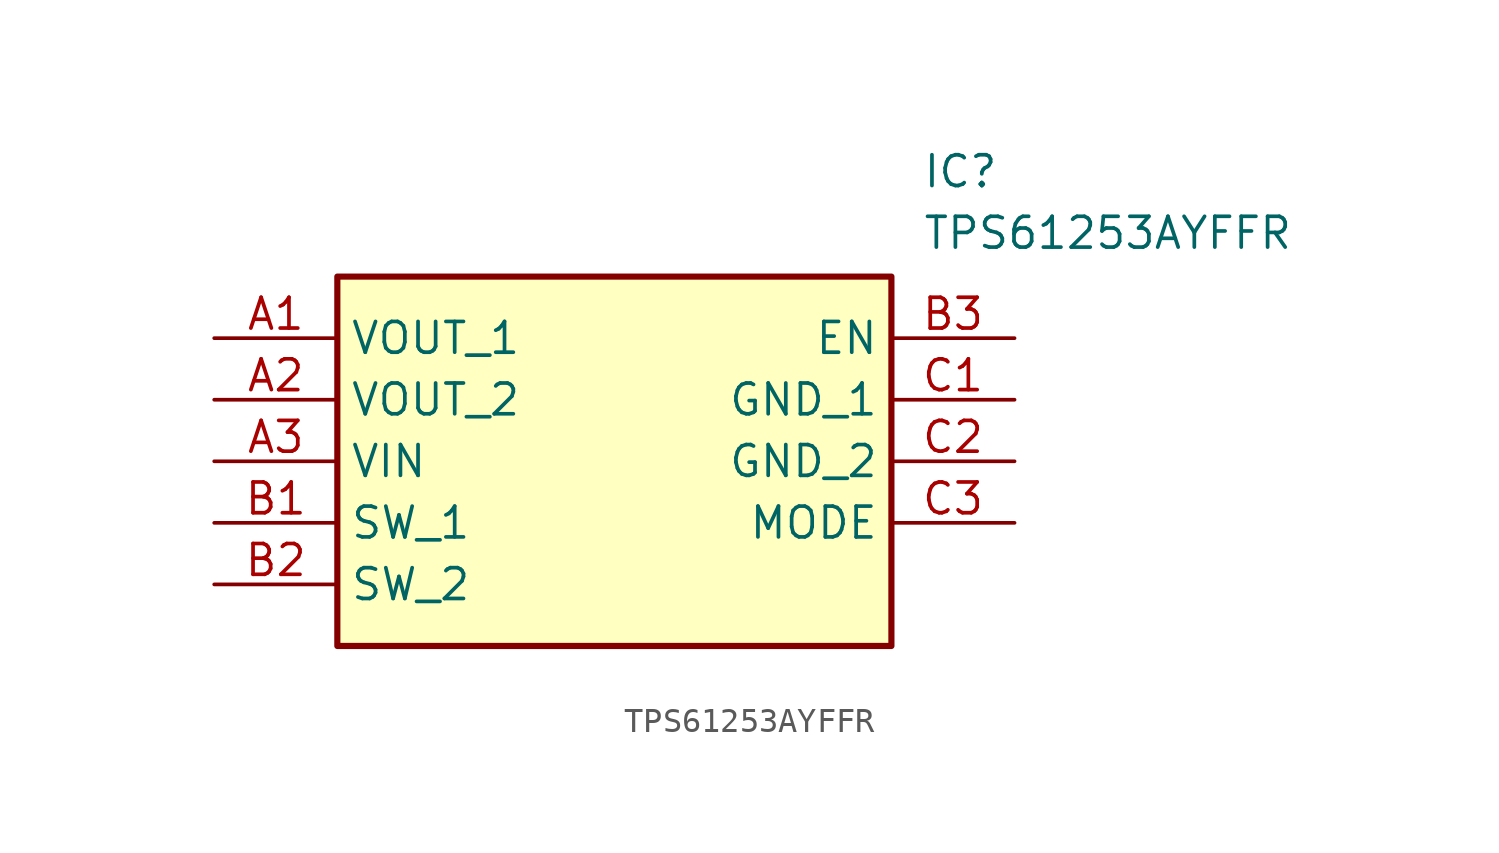
<source format=kicad_sym>
(kicad_symbol_lib
  (version 20211014)
  (generator SamacSys_ECAD_Model)
  (symbol "TPS61253AYFFR"
    (property "Reference" "IC"
      (at 29.21 7.62 0)
      (effects (font (size 1.27 1.27)) (justify left top)))
    (property "Value" "TPS61253AYFFR"
      (at 29.21 5.08 0)
      (effects (font (size 1.27 1.27)) (justify left top)))
    (rectangle
      (start 5.08 2.54)
      (end 27.94 -12.7)
      (stroke (width 0.254) (type default))
      (fill (type background)))
    (pin output line
      (at 0 0 0)
      (length 5.08)
      (name "VOUT_1" (effects (font (size 1.27 1.27))))
      (number "A1" (effects (font (size 1.27 1.27)))))
    (pin output line
      (at 0 -2.54 0)
      (length 5.08)
      (name "VOUT_2" (effects (font (size 1.27 1.27))))
      (number "A2" (effects (font (size 1.27 1.27)))))
    (pin power_in line
      (at 0 -5.08 0)
      (length 5.08)
      (name "VIN" (effects (font (size 1.27 1.27))))
      (number "A3" (effects (font (size 1.27 1.27)))))
    (pin bidirectional line
      (at 0 -7.62 0)
      (length 5.08)
      (name "SW_1" (effects (font (size 1.27 1.27))))
      (number "B1" (effects (font (size 1.27 1.27)))))
    (pin bidirectional line
      (at 0 -10.16 0)
      (length 5.08)
      (name "SW_2" (effects (font (size 1.27 1.27))))
      (number "B2" (effects (font (size 1.27 1.27)))))
    (pin input line
      (at 33.02 0 180)
      (length 5.08)
      (name "EN" (effects (font (size 1.27 1.27))))
      (number "B3" (effects (font (size 1.27 1.27)))))
    (pin power_in line
      (at 33.02 -2.54 180)
      (length 5.08)
      (name "GND_1" (effects (font (size 1.27 1.27))))
      (number "C1" (effects (font (size 1.27 1.27)))))
    (pin power_in line
      (at 33.02 -5.08 180)
      (length 5.08)
      (name "GND_2" (effects (font (size 1.27 1.27))))
      (number "C2" (effects (font (size 1.27 1.27)))))
    (pin passive line
      (at 33.02 -7.62 180)
      (length 5.08)
      (name "MODE" (effects (font (size 1.27 1.27))))
      (number "C3" (effects (font (size 1.27 1.27)))))))
</source>
